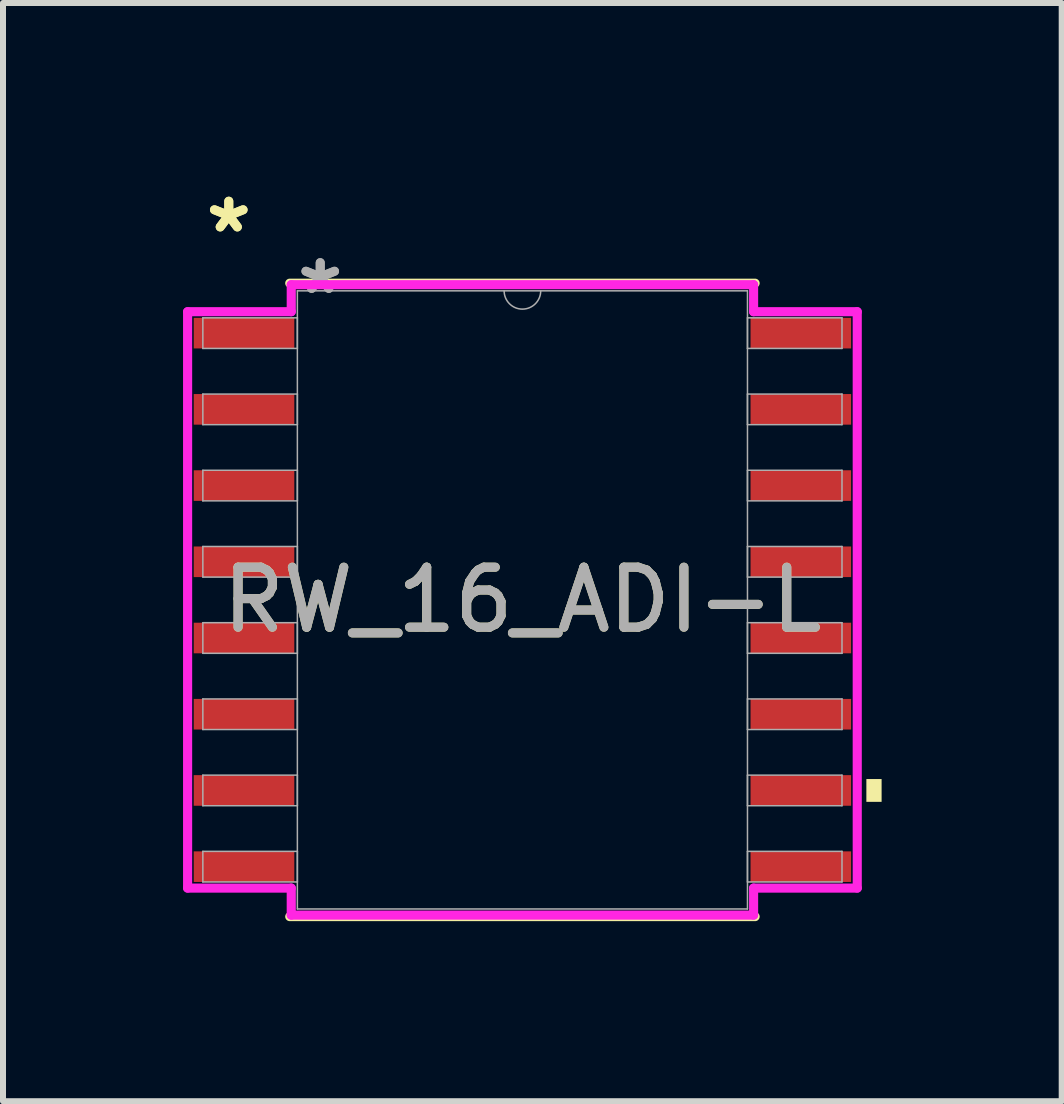
<source format=kicad_pcb>
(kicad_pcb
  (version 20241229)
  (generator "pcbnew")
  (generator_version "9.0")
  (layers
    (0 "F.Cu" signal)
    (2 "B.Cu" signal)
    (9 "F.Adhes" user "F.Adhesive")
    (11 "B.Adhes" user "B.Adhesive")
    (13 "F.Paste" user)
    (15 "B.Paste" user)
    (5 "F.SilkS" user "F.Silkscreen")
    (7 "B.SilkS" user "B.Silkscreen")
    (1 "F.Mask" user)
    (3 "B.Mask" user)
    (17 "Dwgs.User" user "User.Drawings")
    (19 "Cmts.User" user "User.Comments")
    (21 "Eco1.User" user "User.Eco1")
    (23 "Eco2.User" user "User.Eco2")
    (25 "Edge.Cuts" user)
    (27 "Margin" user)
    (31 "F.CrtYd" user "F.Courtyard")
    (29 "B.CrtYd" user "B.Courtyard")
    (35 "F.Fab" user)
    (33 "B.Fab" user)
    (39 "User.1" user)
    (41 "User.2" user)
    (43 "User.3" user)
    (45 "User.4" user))
  (footprint "RW_16_ADI-L"
    (layer "F.Cu")
    (at 5.655 6.946)
    (property "Reference" "RW_16_ADI-L" (at 0 0 0) (unlocked yes) (layer "F.SilkS") (effects (font (size 1 1) (thickness 0.15))))
    (attr smd)
    (fp_line (start -3.877 5.277) (end 3.877 5.277) (stroke (width 0.152) (type solid)) (layer "F.SilkS"))
    (fp_line (start 3.877 -5.277) (end -3.877 -5.277) (stroke (width 0.152) (type solid)) (layer "F.SilkS"))
    (fp_poly (pts (xy 5.985 2.985) (xy 5.985 3.365) (xy 5.731 3.365) (xy 5.731 2.985)) (stroke (width 0) (type solid)) (fill yes) (layer "F.SilkS"))
    (fp_line (start -5.579 -4.802) (end -3.852 -4.802) (stroke (width 0.152) (type solid)) (layer "F.CrtYd"))
    (fp_line (start -5.579 4.802) (end -5.579 -4.802) (stroke (width 0.152) (type solid)) (layer "F.CrtYd"))
    (fp_line (start -5.579 4.802) (end -3.852 4.802) (stroke (width 0.152) (type solid)) (layer "F.CrtYd"))
    (fp_line (start -3.852 -5.252) (end 3.852 -5.252) (stroke (width 0.152) (type solid)) (layer "F.CrtYd"))
    (fp_line (start -3.852 -4.802) (end -3.852 -5.252) (stroke (width 0.152) (type solid)) (layer "F.CrtYd"))
    (fp_line (start -3.852 5.252) (end -3.852 4.802) (stroke (width 0.152) (type solid)) (layer "F.CrtYd"))
    (fp_line (start 3.852 -5.252) (end 3.852 -4.802) (stroke (width 0.152) (type solid)) (layer "F.CrtYd"))
    (fp_line (start 3.852 4.802) (end 3.852 5.252) (stroke (width 0.152) (type solid)) (layer "F.CrtYd"))
    (fp_line (start 3.852 5.252) (end -3.852 5.252) (stroke (width 0.152) (type solid)) (layer "F.CrtYd"))
    (fp_line (start 5.579 -4.802) (end 3.852 -4.802) (stroke (width 0.152) (type solid)) (layer "F.CrtYd"))
    (fp_line (start 5.579 -4.802) (end 5.579 4.802) (stroke (width 0.152) (type solid)) (layer "F.CrtYd"))
    (fp_line (start 5.579 4.802) (end 3.852 4.802) (stroke (width 0.152) (type solid)) (layer "F.CrtYd"))
    (fp_line (start -5.325 -4.7) (end -5.325 -4.19) (stroke (width 0.025) (type solid)) (layer "F.Fab"))
    (fp_line (start -5.325 -4.19) (end -3.75 -4.19) (stroke (width 0.025) (type solid)) (layer "F.Fab"))
    (fp_line (start -5.325 -3.43) (end -5.325 -2.92) (stroke (width 0.025) (type solid)) (layer "F.Fab"))
    (fp_line (start -5.325 -2.92) (end -3.75 -2.92) (stroke (width 0.025) (type solid)) (layer "F.Fab"))
    (fp_line (start -5.325 -2.16) (end -5.325 -1.65) (stroke (width 0.025) (type solid)) (layer "F.Fab"))
    (fp_line (start -5.325 -1.65) (end -3.75 -1.65) (stroke (width 0.025) (type solid)) (layer "F.Fab"))
    (fp_line (start -5.325 -0.89) (end -5.325 -0.38) (stroke (width 0.025) (type solid)) (layer "F.Fab"))
    (fp_line (start -5.325 -0.38) (end -3.75 -0.38) (stroke (width 0.025) (type solid)) (layer "F.Fab"))
    (fp_line (start -5.325 0.38) (end -5.325 0.89) (stroke (width 0.025) (type solid)) (layer "F.Fab"))
    (fp_line (start -5.325 0.89) (end -3.75 0.89) (stroke (width 0.025) (type solid)) (layer "F.Fab"))
    (fp_line (start -5.325 1.65) (end -5.325 2.16) (stroke (width 0.025) (type solid)) (layer "F.Fab"))
    (fp_line (start -5.325 2.16) (end -3.75 2.16) (stroke (width 0.025) (type solid)) (layer "F.Fab"))
    (fp_line (start -5.325 2.92) (end -5.325 3.43) (stroke (width 0.025) (type solid)) (layer "F.Fab"))
    (fp_line (start -5.325 3.43) (end -3.75 3.43) (stroke (width 0.025) (type solid)) (layer "F.Fab"))
    (fp_line (start -5.325 4.19) (end -5.325 4.7) (stroke (width 0.025) (type solid)) (layer "F.Fab"))
    (fp_line (start -5.325 4.7) (end -3.75 4.7) (stroke (width 0.025) (type solid)) (layer "F.Fab"))
    (fp_line (start -3.75 -5.15) (end -3.75 5.15) (stroke (width 0.025) (type solid)) (layer "F.Fab"))
    (fp_line (start -3.75 -4.7) (end -5.325 -4.7) (stroke (width 0.025) (type solid)) (layer "F.Fab"))
    (fp_line (start -3.75 -4.19) (end -3.75 -4.7) (stroke (width 0.025) (type solid)) (layer "F.Fab"))
    (fp_line (start -3.75 -3.43) (end -5.325 -3.43) (stroke (width 0.025) (type solid)) (layer "F.Fab"))
    (fp_line (start -3.75 -2.92) (end -3.75 -3.43) (stroke (width 0.025) (type solid)) (layer "F.Fab"))
    (fp_line (start -3.75 -2.16) (end -5.325 -2.16) (stroke (width 0.025) (type solid)) (layer "F.Fab"))
    (fp_line (start -3.75 -1.65) (end -3.75 -2.16) (stroke (width 0.025) (type solid)) (layer "F.Fab"))
    (fp_line (start -3.75 -0.89) (end -5.325 -0.89) (stroke (width 0.025) (type solid)) (layer "F.Fab"))
    (fp_line (start -3.75 -0.38) (end -3.75 -0.89) (stroke (width 0.025) (type solid)) (layer "F.Fab"))
    (fp_line (start -3.75 0.38) (end -5.325 0.38) (stroke (width 0.025) (type solid)) (layer "F.Fab"))
    (fp_line (start -3.75 0.89) (end -3.75 0.38) (stroke (width 0.025) (type solid)) (layer "F.Fab"))
    (fp_line (start -3.75 1.65) (end -5.325 1.65) (stroke (width 0.025) (type solid)) (layer "F.Fab"))
    (fp_line (start -3.75 2.16) (end -3.75 1.65) (stroke (width 0.025) (type solid)) (layer "F.Fab"))
    (fp_line (start -3.75 2.92) (end -5.325 2.92) (stroke (width 0.025) (type solid)) (layer "F.Fab"))
    (fp_line (start -3.75 3.43) (end -3.75 2.92) (stroke (width 0.025) (type solid)) (layer "F.Fab"))
    (fp_line (start -3.75 4.19) (end -5.325 4.19) (stroke (width 0.025) (type solid)) (layer "F.Fab"))
    (fp_line (start -3.75 4.7) (end -3.75 4.19) (stroke (width 0.025) (type solid)) (layer "F.Fab"))
    (fp_line (start -3.75 5.15) (end 3.75 5.15) (stroke (width 0.025) (type solid)) (layer "F.Fab"))
    (fp_line (start 3.75 -5.15) (end -3.75 -5.15) (stroke (width 0.025) (type solid)) (layer "F.Fab"))
    (fp_line (start 3.75 -4.7) (end 3.75 -4.19) (stroke (width 0.025) (type solid)) (layer "F.Fab"))
    (fp_line (start 3.75 -4.19) (end 5.325 -4.19) (stroke (width 0.025) (type solid)) (layer "F.Fab"))
    (fp_line (start 3.75 -3.43) (end 3.75 -2.92) (stroke (width 0.025) (type solid)) (layer "F.Fab"))
    (fp_line (start 3.75 -2.92) (end 5.325 -2.92) (stroke (width 0.025) (type solid)) (layer "F.Fab"))
    (fp_line (start 3.75 -2.16) (end 3.75 -1.65) (stroke (width 0.025) (type solid)) (layer "F.Fab"))
    (fp_line (start 3.75 -1.65) (end 5.325 -1.65) (stroke (width 0.025) (type solid)) (layer "F.Fab"))
    (fp_line (start 3.75 -0.89) (end 3.75 -0.38) (stroke (width 0.025) (type solid)) (layer "F.Fab"))
    (fp_line (start 3.75 -0.38) (end 5.325 -0.38) (stroke (width 0.025) (type solid)) (layer "F.Fab"))
    (fp_line (start 3.75 0.38) (end 3.75 0.89) (stroke (width 0.025) (type solid)) (layer "F.Fab"))
    (fp_line (start 3.75 0.89) (end 5.325 0.89) (stroke (width 0.025) (type solid)) (layer "F.Fab"))
    (fp_line (start 3.75 1.65) (end 3.75 2.16) (stroke (width 0.025) (type solid)) (layer "F.Fab"))
    (fp_line (start 3.75 2.16) (end 5.325 2.16) (stroke (width 0.025) (type solid)) (layer "F.Fab"))
    (fp_line (start 3.75 2.92) (end 3.75 3.43) (stroke (width 0.025) (type solid)) (layer "F.Fab"))
    (fp_line (start 3.75 3.43) (end 5.325 3.43) (stroke (width 0.025) (type solid)) (layer "F.Fab"))
    (fp_line (start 3.75 4.19) (end 3.75 4.7) (stroke (width 0.025) (type solid)) (layer "F.Fab"))
    (fp_line (start 3.75 4.7) (end 5.325 4.7) (stroke (width 0.025) (type solid)) (layer "F.Fab"))
    (fp_line (start 3.75 5.15) (end 3.75 -5.15) (stroke (width 0.025) (type solid)) (layer "F.Fab"))
    (fp_line (start 5.325 -4.7) (end 3.75 -4.7) (stroke (width 0.025) (type solid)) (layer "F.Fab"))
    (fp_line (start 5.325 -4.19) (end 5.325 -4.7) (stroke (width 0.025) (type solid)) (layer "F.Fab"))
    (fp_line (start 5.325 -3.43) (end 3.75 -3.43) (stroke (width 0.025) (type solid)) (layer "F.Fab"))
    (fp_line (start 5.325 -2.92) (end 5.325 -3.43) (stroke (width 0.025) (type solid)) (layer "F.Fab"))
    (fp_line (start 5.325 -2.16) (end 3.75 -2.16) (stroke (width 0.025) (type solid)) (layer "F.Fab"))
    (fp_line (start 5.325 -1.65) (end 5.325 -2.16) (stroke (width 0.025) (type solid)) (layer "F.Fab"))
    (fp_line (start 5.325 -0.89) (end 3.75 -0.89) (stroke (width 0.025) (type solid)) (layer "F.Fab"))
    (fp_line (start 5.325 -0.38) (end 5.325 -0.89) (stroke (width 0.025) (type solid)) (layer "F.Fab"))
    (fp_line (start 5.325 0.38) (end 3.75 0.38) (stroke (width 0.025) (type solid)) (layer "F.Fab"))
    (fp_line (start 5.325 0.89) (end 5.325 0.38) (stroke (width 0.025) (type solid)) (layer "F.Fab"))
    (fp_line (start 5.325 1.65) (end 3.75 1.65) (stroke (width 0.025) (type solid)) (layer "F.Fab"))
    (fp_line (start 5.325 2.16) (end 5.325 1.65) (stroke (width 0.025) (type solid)) (layer "F.Fab"))
    (fp_line (start 5.325 2.92) (end 3.75 2.92) (stroke (width 0.025) (type solid)) (layer "F.Fab"))
    (fp_line (start 5.325 3.43) (end 5.325 2.92) (stroke (width 0.025) (type solid)) (layer "F.Fab"))
    (fp_line (start 5.325 4.19) (end 3.75 4.19) (stroke (width 0.025) (type solid)) (layer "F.Fab"))
    (fp_line (start 5.325 4.7) (end 5.325 4.19) (stroke (width 0.025) (type solid)) (layer "F.Fab"))
    (fp_arc (start 0.3048 -5.15) (mid 0 -4.8452) (end -0.3048 -5.15) (stroke (width 0.0254) (type solid)) (layer "F.Fab"))
    (fp_text user "*" (at -4.893 -6.098 0) (unlocked yes) (layer "F.SilkS") (effects (font (size 1 1) (thickness 0.15))))
    (fp_text user "*" (at -4.893 -6.098 0) (layer "F.SilkS") (effects (font (size 1 1) (thickness 0.15))))
    (fp_text user "*" (at -3.369 -5.074 0) (layer "F.Fab") (effects (font (size 1 1) (thickness 0.15))))
    (fp_text user "*" (at -3.369 -5.074 0) (unlocked yes) (layer "F.Fab") (effects (font (size 1 1) (thickness 0.15))))
    (fp_text user "${REFERENCE}" (at 0 0 0) (unlocked yes) (layer "F.Fab") (effects (font (size 1 1) (thickness 0.15))))
    (pad "1" smd rect (at -4.639 -4.445) (size 1.676 0.51) (layers "F.Cu" "F.Mask" "F.Paste"))
    (pad "2" smd rect (at -4.639 -3.175) (size 1.676 0.51) (layers "F.Cu" "F.Mask" "F.Paste"))
    (pad "3" smd rect (at -4.639 -1.905) (size 1.676 0.51) (layers "F.Cu" "F.Mask" "F.Paste"))
    (pad "4" smd rect (at -4.639 -0.635) (size 1.676 0.51) (layers "F.Cu" "F.Mask" "F.Paste"))
    (pad "5" smd rect (at -4.639 0.635) (size 1.676 0.51) (layers "F.Cu" "F.Mask" "F.Paste"))
    (pad "6" smd rect (at -4.639 1.905) (size 1.676 0.51) (layers "F.Cu" "F.Mask" "F.Paste"))
    (pad "7" smd rect (at -4.639 3.175) (size 1.676 0.51) (layers "F.Cu" "F.Mask" "F.Paste"))
    (pad "8" smd rect (at -4.639 4.445) (size 1.676 0.51) (layers "F.Cu" "F.Mask" "F.Paste"))
    (pad "9" smd rect (at 4.639 4.445) (size 1.676 0.51) (layers "F.Cu" "F.Mask" "F.Paste"))
    (pad "10" smd rect (at 4.639 3.175) (size 1.676 0.51) (layers "F.Cu" "F.Mask" "F.Paste"))
    (pad "11" smd rect (at 4.639 1.905) (size 1.676 0.51) (layers "F.Cu" "F.Mask" "F.Paste"))
    (pad "12" smd rect (at 4.639 0.635) (size 1.676 0.51) (layers "F.Cu" "F.Mask" "F.Paste"))
    (pad "13" smd rect (at 4.639 -0.635) (size 1.676 0.51) (layers "F.Cu" "F.Mask" "F.Paste"))
    (pad "14" smd rect (at 4.639 -1.905) (size 1.676 0.51) (layers "F.Cu" "F.Mask" "F.Paste"))
    (pad "15" smd rect (at 4.639 -3.175) (size 1.676 0.51) (layers "F.Cu" "F.Mask" "F.Paste"))
    (pad "16" smd rect (at 4.639 -4.445) (size 1.676 0.51) (layers "F.Cu" "F.Mask" "F.Paste")))
  (gr_rect
    (start -3 -3)
    (end 14.641 15.299)
    (stroke (width 0.1) (type default))
    (fill no)
    (layer "Edge.Cuts")))
</source>
